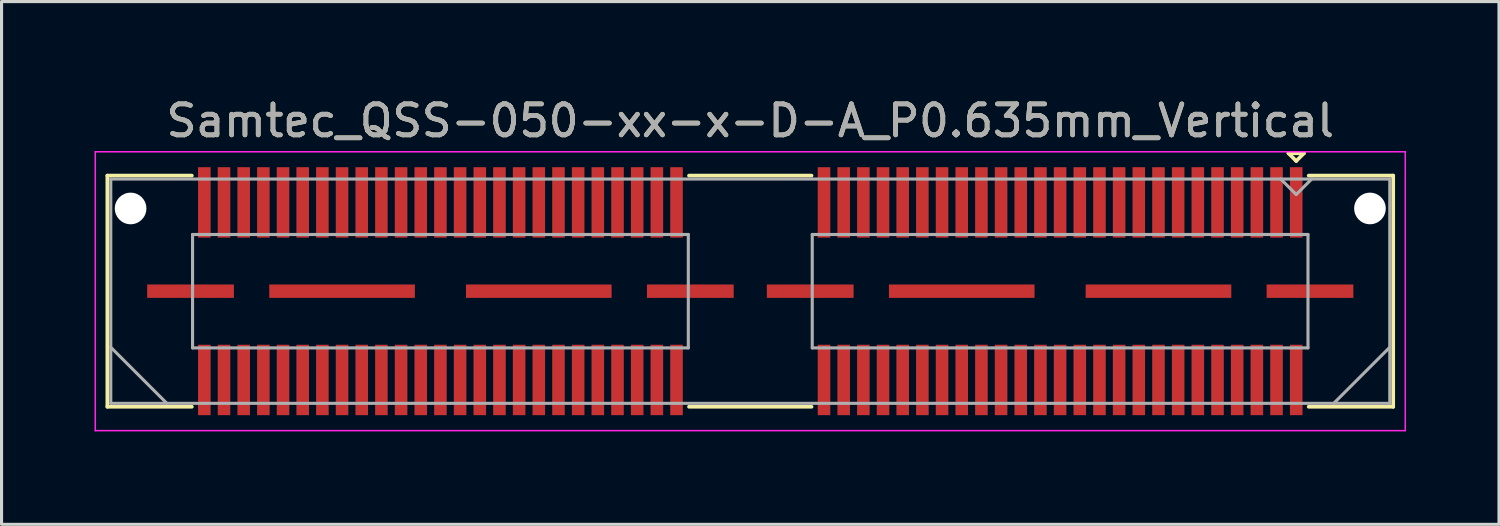
<source format=kicad_pcb>
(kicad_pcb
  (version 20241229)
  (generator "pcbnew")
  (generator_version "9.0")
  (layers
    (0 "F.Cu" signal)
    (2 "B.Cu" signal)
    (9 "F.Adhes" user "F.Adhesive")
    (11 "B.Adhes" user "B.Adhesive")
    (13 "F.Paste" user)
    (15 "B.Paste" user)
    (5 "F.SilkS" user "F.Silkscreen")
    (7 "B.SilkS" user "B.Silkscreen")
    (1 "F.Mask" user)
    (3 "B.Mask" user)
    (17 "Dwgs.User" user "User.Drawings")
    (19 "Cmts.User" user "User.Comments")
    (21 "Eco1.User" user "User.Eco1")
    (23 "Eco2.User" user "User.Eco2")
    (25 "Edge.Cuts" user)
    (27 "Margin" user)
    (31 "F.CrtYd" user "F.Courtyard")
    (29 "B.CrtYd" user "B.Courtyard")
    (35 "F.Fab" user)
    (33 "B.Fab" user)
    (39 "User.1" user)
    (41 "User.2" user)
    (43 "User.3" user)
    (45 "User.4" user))
  (footprint "Samtec_QSS-050-xx-x-D-A_P0.635mm_Vertical"
    (layer "F.Cu")
    (at 21.165 6.348)
    (property "Reference" "Samtec_QSS-050-xx-x-D-A_P0.635mm_Vertical" (at 0 -5.5 0) (layer "F.SilkS") (effects (font (size 1 1) (thickness 0.15))))
    (attr smd)
    (fp_line (start -20.75 -3.73) (end -18.023 -3.73) (stroke (width 0.12) (type solid)) (layer "F.SilkS"))
    (fp_line (start -20.75 3.73) (end -20.75 -3.73) (stroke (width 0.12) (type solid)) (layer "F.SilkS"))
    (fp_line (start -18.023 3.73) (end -20.75 3.73) (stroke (width 0.12) (type solid)) (layer "F.SilkS"))
    (fp_line (start 1.977 -3.73) (end -1.977 -3.73) (stroke (width 0.12) (type solid)) (layer "F.SilkS"))
    (fp_line (start 1.977 3.73) (end -1.977 3.73) (stroke (width 0.12) (type solid)) (layer "F.SilkS"))
    (fp_line (start 17.37 -4.452) (end 17.87 -4.452) (stroke (width 0.12) (type solid)) (layer "F.SilkS"))
    (fp_line (start 17.62 -4.202) (end 17.37 -4.452) (stroke (width 0.12) (type solid)) (layer "F.SilkS"))
    (fp_line (start 17.87 -4.452) (end 17.62 -4.202) (stroke (width 0.12) (type solid)) (layer "F.SilkS"))
    (fp_line (start 18.023 3.73) (end 20.75 3.73) (stroke (width 0.12) (type solid)) (layer "F.SilkS"))
    (fp_line (start 20.75 -3.73) (end 18.023 -3.73) (stroke (width 0.12) (type solid)) (layer "F.SilkS"))
    (fp_line (start 20.75 3.73) (end 20.75 -3.73) (stroke (width 0.12) (type solid)) (layer "F.SilkS"))
    (fp_line (start -21.14 -4.5) (end -21.14 4.5) (stroke (width 0.05) (type solid)) (layer "F.CrtYd"))
    (fp_line (start -21.14 4.5) (end 21.14 4.5) (stroke (width 0.05) (type solid)) (layer "F.CrtYd"))
    (fp_line (start 21.14 -4.5) (end -21.14 -4.5) (stroke (width 0.05) (type solid)) (layer "F.CrtYd"))
    (fp_line (start 21.14 4.5) (end 21.14 -4.5) (stroke (width 0.05) (type solid)) (layer "F.CrtYd"))
    (fp_line (start -20.64 -3.62) (end -20.64 3.62) (stroke (width 0.1) (type solid)) (layer "F.Fab"))
    (fp_line (start -20.64 1.81) (end -18.83 3.62) (stroke (width 0.1) (type solid)) (layer "F.Fab"))
    (fp_line (start -20.64 3.62) (end 20.64 3.62) (stroke (width 0.1) (type solid)) (layer "F.Fab"))
    (fp_line (start -18 -1.83) (end -18 1.83) (stroke (width 0.1) (type solid)) (layer "F.Fab"))
    (fp_line (start -18 1.83) (end -2 1.83) (stroke (width 0.1) (type solid)) (layer "F.Fab"))
    (fp_line (start -2 -1.83) (end -18 -1.83) (stroke (width 0.1) (type solid)) (layer "F.Fab"))
    (fp_line (start -2 1.83) (end -2 -1.83) (stroke (width 0.1) (type solid)) (layer "F.Fab"))
    (fp_line (start 2 -1.83) (end 2 1.83) (stroke (width 0.1) (type solid)) (layer "F.Fab"))
    (fp_line (start 2 1.83) (end 18 1.83) (stroke (width 0.1) (type solid)) (layer "F.Fab"))
    (fp_line (start 17.62 -3.12) (end 17.12 -3.62) (stroke (width 0.1) (type solid)) (layer "F.Fab"))
    (fp_line (start 18 -1.83) (end 2 -1.83) (stroke (width 0.1) (type solid)) (layer "F.Fab"))
    (fp_line (start 18 1.83) (end 18 -1.83) (stroke (width 0.1) (type solid)) (layer "F.Fab"))
    (fp_line (start 18.12 -3.62) (end 17.62 -3.12) (stroke (width 0.1) (type solid)) (layer "F.Fab"))
    (fp_line (start 20.64 -3.62) (end -20.64 -3.62) (stroke (width 0.1) (type solid)) (layer "F.Fab"))
    (fp_line (start 20.64 1.81) (end 18.83 3.62) (stroke (width 0.1) (type solid)) (layer "F.Fab"))
    (fp_line (start 20.64 3.62) (end 20.64 -3.62) (stroke (width 0.1) (type solid)) (layer "F.Fab"))
    (fp_text user "${REFERENCE}" (at 0 -5.5 0) (layer "F.Fab") (effects (font (size 1 1) (thickness 0.15))))
    (pad "" np_thru_hole circle (at -20 -2.67) (size 1.02 1.02) (drill 1.02) (layers "*.Cu" "*.Mask"))
    (pad "" np_thru_hole circle (at 20 -2.67) (size 1.02 1.02) (drill 1.02) (layers "*.Cu" "*.Mask"))
    (pad "1" smd rect (at 17.62 -2.865) (size 0.406 2.273) (layers "F.Cu" "F.Mask" "F.Paste"))
    (pad "2" smd rect (at 17.62 2.865) (size 0.406 2.273) (layers "F.Cu" "F.Mask" "F.Paste"))
    (pad "3" smd rect (at 16.985 -2.865) (size 0.406 2.273) (layers "F.Cu" "F.Mask" "F.Paste"))
    (pad "4" smd rect (at 16.985 2.865) (size 0.406 2.273) (layers "F.Cu" "F.Mask" "F.Paste"))
    (pad "5" smd rect (at 16.35 -2.865) (size 0.406 2.273) (layers "F.Cu" "F.Mask" "F.Paste"))
    (pad "6" smd rect (at 16.35 2.865) (size 0.406 2.273) (layers "F.Cu" "F.Mask" "F.Paste"))
    (pad "7" smd rect (at 15.715 -2.865) (size 0.406 2.273) (layers "F.Cu" "F.Mask" "F.Paste"))
    (pad "8" smd rect (at 15.715 2.865) (size 0.406 2.273) (layers "F.Cu" "F.Mask" "F.Paste"))
    (pad "9" smd rect (at 15.08 -2.865) (size 0.406 2.273) (layers "F.Cu" "F.Mask" "F.Paste"))
    (pad "10" smd rect (at 15.08 2.865) (size 0.406 2.273) (layers "F.Cu" "F.Mask" "F.Paste"))
    (pad "11" smd rect (at 14.445 -2.865) (size 0.406 2.273) (layers "F.Cu" "F.Mask" "F.Paste"))
    (pad "12" smd rect (at 14.445 2.865) (size 0.406 2.273) (layers "F.Cu" "F.Mask" "F.Paste"))
    (pad "13" smd rect (at 13.81 -2.865) (size 0.406 2.273) (layers "F.Cu" "F.Mask" "F.Paste"))
    (pad "14" smd rect (at 13.81 2.865) (size 0.406 2.273) (layers "F.Cu" "F.Mask" "F.Paste"))
    (pad "15" smd rect (at 13.175 -2.865) (size 0.406 2.273) (layers "F.Cu" "F.Mask" "F.Paste"))
    (pad "16" smd rect (at 13.175 2.865) (size 0.406 2.273) (layers "F.Cu" "F.Mask" "F.Paste"))
    (pad "17" smd rect (at 12.54 -2.865) (size 0.406 2.273) (layers "F.Cu" "F.Mask" "F.Paste"))
    (pad "18" smd rect (at 12.54 2.865) (size 0.406 2.273) (layers "F.Cu" "F.Mask" "F.Paste"))
    (pad "19" smd rect (at 11.905 -2.865) (size 0.406 2.273) (layers "F.Cu" "F.Mask" "F.Paste"))
    (pad "20" smd rect (at 11.905 2.865) (size 0.406 2.273) (layers "F.Cu" "F.Mask" "F.Paste"))
    (pad "21" smd rect (at 11.27 -2.865) (size 0.406 2.273) (layers "F.Cu" "F.Mask" "F.Paste"))
    (pad "22" smd rect (at 11.27 2.865) (size 0.406 2.273) (layers "F.Cu" "F.Mask" "F.Paste"))
    (pad "23" smd rect (at 10.635 -2.865) (size 0.406 2.273) (layers "F.Cu" "F.Mask" "F.Paste"))
    (pad "24" smd rect (at 10.635 2.865) (size 0.406 2.273) (layers "F.Cu" "F.Mask" "F.Paste"))
    (pad "25" smd rect (at 10 -2.865) (size 0.406 2.273) (layers "F.Cu" "F.Mask" "F.Paste"))
    (pad "26" smd rect (at 10 2.865) (size 0.406 2.273) (layers "F.Cu" "F.Mask" "F.Paste"))
    (pad "27" smd rect (at 9.365 -2.865) (size 0.406 2.273) (layers "F.Cu" "F.Mask" "F.Paste"))
    (pad "28" smd rect (at 9.365 2.865) (size 0.406 2.273) (layers "F.Cu" "F.Mask" "F.Paste"))
    (pad "29" smd rect (at 8.73 -2.865) (size 0.406 2.273) (layers "F.Cu" "F.Mask" "F.Paste"))
    (pad "30" smd rect (at 8.73 2.865) (size 0.406 2.273) (layers "F.Cu" "F.Mask" "F.Paste"))
    (pad "31" smd rect (at 8.095 -2.865) (size 0.406 2.273) (layers "F.Cu" "F.Mask" "F.Paste"))
    (pad "32" smd rect (at 8.095 2.865) (size 0.406 2.273) (layers "F.Cu" "F.Mask" "F.Paste"))
    (pad "33" smd rect (at 7.46 -2.865) (size 0.406 2.273) (layers "F.Cu" "F.Mask" "F.Paste"))
    (pad "34" smd rect (at 7.46 2.865) (size 0.406 2.273) (layers "F.Cu" "F.Mask" "F.Paste"))
    (pad "35" smd rect (at 6.825 -2.865) (size 0.406 2.273) (layers "F.Cu" "F.Mask" "F.Paste"))
    (pad "36" smd rect (at 6.825 2.865) (size 0.406 2.273) (layers "F.Cu" "F.Mask" "F.Paste"))
    (pad "37" smd rect (at 6.19 -2.865) (size 0.406 2.273) (layers "F.Cu" "F.Mask" "F.Paste"))
    (pad "38" smd rect (at 6.19 2.865) (size 0.406 2.273) (layers "F.Cu" "F.Mask" "F.Paste"))
    (pad "39" smd rect (at 5.555 -2.865) (size 0.406 2.273) (layers "F.Cu" "F.Mask" "F.Paste"))
    (pad "40" smd rect (at 5.555 2.865) (size 0.406 2.273) (layers "F.Cu" "F.Mask" "F.Paste"))
    (pad "41" smd rect (at 4.92 -2.865) (size 0.406 2.273) (layers "F.Cu" "F.Mask" "F.Paste"))
    (pad "42" smd rect (at 4.92 2.865) (size 0.406 2.273) (layers "F.Cu" "F.Mask" "F.Paste"))
    (pad "43" smd rect (at 4.285 -2.865) (size 0.406 2.273) (layers "F.Cu" "F.Mask" "F.Paste"))
    (pad "44" smd rect (at 4.285 2.865) (size 0.406 2.273) (layers "F.Cu" "F.Mask" "F.Paste"))
    (pad "45" smd rect (at 3.65 -2.865) (size 0.406 2.273) (layers "F.Cu" "F.Mask" "F.Paste"))
    (pad "46" smd rect (at 3.65 2.865) (size 0.406 2.273) (layers "F.Cu" "F.Mask" "F.Paste"))
    (pad "47" smd rect (at 3.015 -2.865) (size 0.406 2.273) (layers "F.Cu" "F.Mask" "F.Paste"))
    (pad "48" smd rect (at 3.015 2.865) (size 0.406 2.273) (layers "F.Cu" "F.Mask" "F.Paste"))
    (pad "49" smd rect (at 2.38 -2.865) (size 0.406 2.273) (layers "F.Cu" "F.Mask" "F.Paste"))
    (pad "50" smd rect (at 2.38 2.865) (size 0.406 2.273) (layers "F.Cu" "F.Mask" "F.Paste"))
    (pad "51" smd rect (at -2.38 -2.865) (size 0.406 2.273) (layers "F.Cu" "F.Mask" "F.Paste"))
    (pad "52" smd rect (at -2.38 2.865) (size 0.406 2.273) (layers "F.Cu" "F.Mask" "F.Paste"))
    (pad "53" smd rect (at -3.015 -2.865) (size 0.406 2.273) (layers "F.Cu" "F.Mask" "F.Paste"))
    (pad "54" smd rect (at -3.015 2.865) (size 0.406 2.273) (layers "F.Cu" "F.Mask" "F.Paste"))
    (pad "55" smd rect (at -3.65 -2.865) (size 0.406 2.273) (layers "F.Cu" "F.Mask" "F.Paste"))
    (pad "56" smd rect (at -3.65 2.865) (size 0.406 2.273) (layers "F.Cu" "F.Mask" "F.Paste"))
    (pad "57" smd rect (at -4.285 -2.865) (size 0.406 2.273) (layers "F.Cu" "F.Mask" "F.Paste"))
    (pad "58" smd rect (at -4.285 2.865) (size 0.406 2.273) (layers "F.Cu" "F.Mask" "F.Paste"))
    (pad "59" smd rect (at -4.92 -2.865) (size 0.406 2.273) (layers "F.Cu" "F.Mask" "F.Paste"))
    (pad "60" smd rect (at -4.92 2.865) (size 0.406 2.273) (layers "F.Cu" "F.Mask" "F.Paste"))
    (pad "61" smd rect (at -5.555 -2.865) (size 0.406 2.273) (layers "F.Cu" "F.Mask" "F.Paste"))
    (pad "62" smd rect (at -5.555 2.865) (size 0.406 2.273) (layers "F.Cu" "F.Mask" "F.Paste"))
    (pad "63" smd rect (at -6.19 -2.865) (size 0.406 2.273) (layers "F.Cu" "F.Mask" "F.Paste"))
    (pad "64" smd rect (at -6.19 2.865) (size 0.406 2.273) (layers "F.Cu" "F.Mask" "F.Paste"))
    (pad "65" smd rect (at -6.825 -2.865) (size 0.406 2.273) (layers "F.Cu" "F.Mask" "F.Paste"))
    (pad "66" smd rect (at -6.825 2.865) (size 0.406 2.273) (layers "F.Cu" "F.Mask" "F.Paste"))
    (pad "67" smd rect (at -7.46 -2.865) (size 0.406 2.273) (layers "F.Cu" "F.Mask" "F.Paste"))
    (pad "68" smd rect (at -7.46 2.865) (size 0.406 2.273) (layers "F.Cu" "F.Mask" "F.Paste"))
    (pad "69" smd rect (at -8.095 -2.865) (size 0.406 2.273) (layers "F.Cu" "F.Mask" "F.Paste"))
    (pad "70" smd rect (at -8.095 2.865) (size 0.406 2.273) (layers "F.Cu" "F.Mask" "F.Paste"))
    (pad "71" smd rect (at -8.73 -2.865) (size 0.406 2.273) (layers "F.Cu" "F.Mask" "F.Paste"))
    (pad "72" smd rect (at -8.73 2.865) (size 0.406 2.273) (layers "F.Cu" "F.Mask" "F.Paste"))
    (pad "73" smd rect (at -9.365 -2.865) (size 0.406 2.273) (layers "F.Cu" "F.Mask" "F.Paste"))
    (pad "74" smd rect (at -9.365 2.865) (size 0.406 2.273) (layers "F.Cu" "F.Mask" "F.Paste"))
    (pad "75" smd rect (at -10 -2.865) (size 0.406 2.273) (layers "F.Cu" "F.Mask" "F.Paste"))
    (pad "76" smd rect (at -10 2.865) (size 0.406 2.273) (layers "F.Cu" "F.Mask" "F.Paste"))
    (pad "77" smd rect (at -10.635 -2.865) (size 0.406 2.273) (layers "F.Cu" "F.Mask" "F.Paste"))
    (pad "78" smd rect (at -10.635 2.865) (size 0.406 2.273) (layers "F.Cu" "F.Mask" "F.Paste"))
    (pad "79" smd rect (at -11.27 -2.865) (size 0.406 2.273) (layers "F.Cu" "F.Mask" "F.Paste"))
    (pad "80" smd rect (at -11.27 2.865) (size 0.406 2.273) (layers "F.Cu" "F.Mask" "F.Paste"))
    (pad "81" smd rect (at -11.905 -2.865) (size 0.406 2.273) (layers "F.Cu" "F.Mask" "F.Paste"))
    (pad "82" smd rect (at -11.905 2.865) (size 0.406 2.273) (layers "F.Cu" "F.Mask" "F.Paste"))
    (pad "83" smd rect (at -12.54 -2.865) (size 0.406 2.273) (layers "F.Cu" "F.Mask" "F.Paste"))
    (pad "84" smd rect (at -12.54 2.865) (size 0.406 2.273) (layers "F.Cu" "F.Mask" "F.Paste"))
    (pad "85" smd rect (at -13.175 -2.865) (size 0.406 2.273) (layers "F.Cu" "F.Mask" "F.Paste"))
    (pad "86" smd rect (at -13.175 2.865) (size 0.406 2.273) (layers "F.Cu" "F.Mask" "F.Paste"))
    (pad "87" smd rect (at -13.81 -2.865) (size 0.406 2.273) (layers "F.Cu" "F.Mask" "F.Paste"))
    (pad "88" smd rect (at -13.81 2.865) (size 0.406 2.273) (layers "F.Cu" "F.Mask" "F.Paste"))
    (pad "89" smd rect (at -14.445 -2.865) (size 0.406 2.273) (layers "F.Cu" "F.Mask" "F.Paste"))
    (pad "90" smd rect (at -14.445 2.865) (size 0.406 2.273) (layers "F.Cu" "F.Mask" "F.Paste"))
    (pad "91" smd rect (at -15.08 -2.865) (size 0.406 2.273) (layers "F.Cu" "F.Mask" "F.Paste"))
    (pad "92" smd rect (at -15.08 2.865) (size 0.406 2.273) (layers "F.Cu" "F.Mask" "F.Paste"))
    (pad "93" smd rect (at -15.715 -2.865) (size 0.406 2.273) (layers "F.Cu" "F.Mask" "F.Paste"))
    (pad "94" smd rect (at -15.715 2.865) (size 0.406 2.273) (layers "F.Cu" "F.Mask" "F.Paste"))
    (pad "95" smd rect (at -16.35 -2.865) (size 0.406 2.273) (layers "F.Cu" "F.Mask" "F.Paste"))
    (pad "96" smd rect (at -16.35 2.865) (size 0.406 2.273) (layers "F.Cu" "F.Mask" "F.Paste"))
    (pad "97" smd rect (at -16.985 -2.865) (size 0.406 2.273) (layers "F.Cu" "F.Mask" "F.Paste"))
    (pad "98" smd rect (at -16.985 2.865) (size 0.406 2.273) (layers "F.Cu" "F.Mask" "F.Paste"))
    (pad "99" smd rect (at -17.62 -2.865) (size 0.406 2.273) (layers "F.Cu" "F.Mask" "F.Paste"))
    (pad "100" smd rect (at -17.62 2.865) (size 0.406 2.273) (layers "F.Cu" "F.Mask" "F.Paste"))
    (pad "P1" smd rect (at 1.935 0) (size 2.8 0.432) (layers "F.Cu" "F.Mask" "F.Paste"))
    (pad "P1" smd rect (at 6.825 0) (size 4.7 0.432) (layers "F.Cu" "F.Mask" "F.Paste"))
    (pad "P1" smd rect (at 13.175 0) (size 4.7 0.432) (layers "F.Cu" "F.Mask" "F.Paste"))
    (pad "P1" smd rect (at 18.065 0) (size 2.8 0.432) (layers "F.Cu" "F.Mask" "F.Paste"))
    (pad "P2" smd rect (at -18.065 0) (size 2.8 0.432) (layers "F.Cu" "F.Mask" "F.Paste"))
    (pad "P2" smd rect (at -13.175 0) (size 4.7 0.432) (layers "F.Cu" "F.Mask" "F.Paste"))
    (pad "P2" smd rect (at -6.825 0) (size 4.7 0.432) (layers "F.Cu" "F.Mask" "F.Paste"))
    (pad "P2" smd rect (at -1.935 0) (size 2.8 0.432) (layers "F.Cu" "F.Mask" "F.Paste")))
  (gr_rect
    (start -3 -3)
    (end 45.33 13.873)
    (stroke (width 0.1) (type default))
    (fill no)
    (layer "Edge.Cuts")))
</source>
